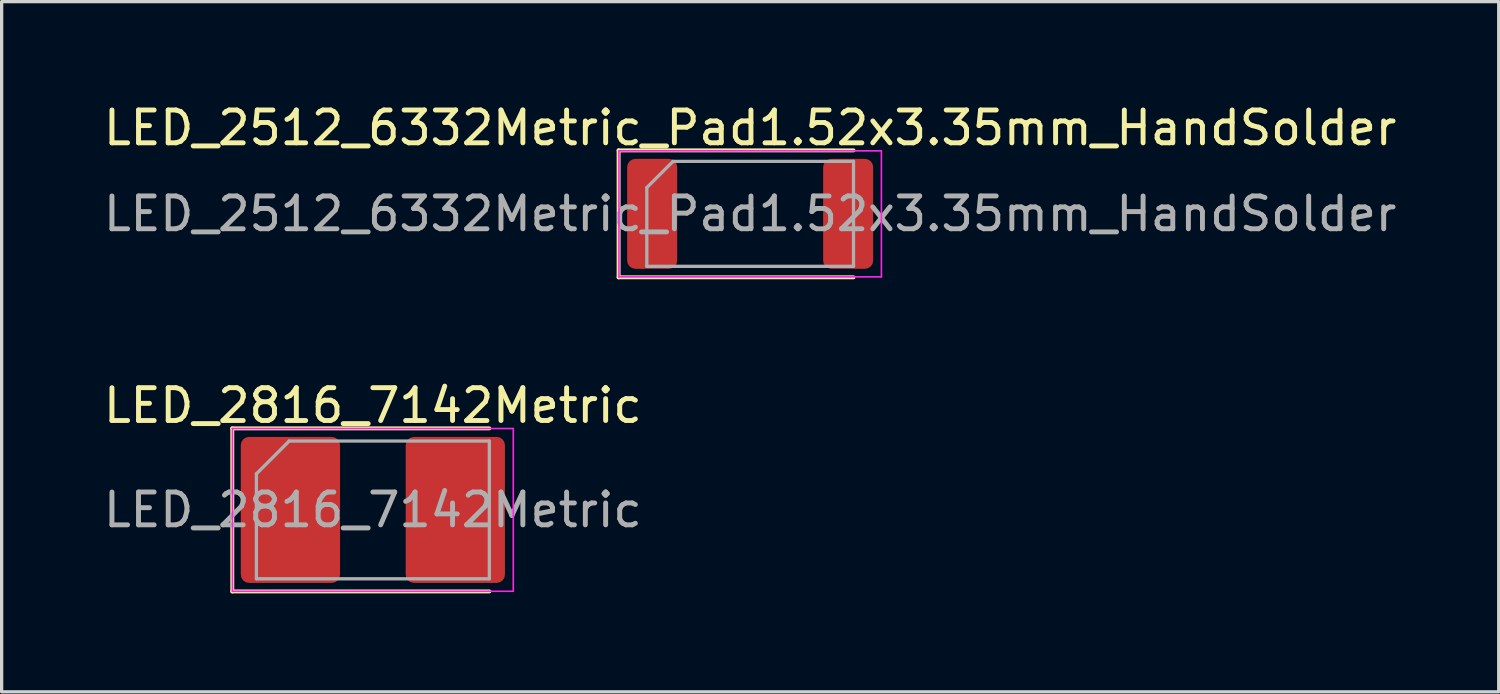
<source format=kicad_pcb>
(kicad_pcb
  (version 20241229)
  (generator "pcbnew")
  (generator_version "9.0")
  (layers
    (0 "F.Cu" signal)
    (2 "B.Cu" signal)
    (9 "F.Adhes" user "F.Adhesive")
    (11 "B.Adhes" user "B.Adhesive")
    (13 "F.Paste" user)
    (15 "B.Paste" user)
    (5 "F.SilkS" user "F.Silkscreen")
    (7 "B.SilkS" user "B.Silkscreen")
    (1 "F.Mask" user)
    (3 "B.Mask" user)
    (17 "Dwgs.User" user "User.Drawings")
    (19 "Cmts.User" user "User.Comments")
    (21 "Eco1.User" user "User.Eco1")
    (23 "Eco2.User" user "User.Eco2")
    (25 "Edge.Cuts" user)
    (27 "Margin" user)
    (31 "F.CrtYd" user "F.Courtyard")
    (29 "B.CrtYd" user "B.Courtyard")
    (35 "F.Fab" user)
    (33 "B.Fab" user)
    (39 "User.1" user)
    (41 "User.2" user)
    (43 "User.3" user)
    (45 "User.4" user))
  (footprint "LED_2512_6332Metric_Pad1.52x3.35mm_HandSolder"
    (layer "F.Cu")
    (at 19.815 3.468)
    (property "Reference" "LED_2512_6332Metric_Pad1.52x3.35mm_HandSolder" (at 0 -2.62 0) (layer "F.SilkS") (effects (font (size 1 1) (thickness 0.15))))
    (attr smd)
    (fp_line (start -4.01 -1.935) (end -4.01 1.935) (stroke (width 0.12) (type solid)) (layer "F.SilkS"))
    (fp_line (start -4.01 1.935) (end 3.15 1.935) (stroke (width 0.12) (type solid)) (layer "F.SilkS"))
    (fp_line (start 3.15 -1.935) (end -4.01 -1.935) (stroke (width 0.12) (type solid)) (layer "F.SilkS"))
    (fp_line (start -4 -1.92) (end 4 -1.92) (stroke (width 0.05) (type solid)) (layer "F.CrtYd"))
    (fp_line (start -4 1.92) (end -4 -1.92) (stroke (width 0.05) (type solid)) (layer "F.CrtYd"))
    (fp_line (start 4 -1.92) (end 4 1.92) (stroke (width 0.05) (type solid)) (layer "F.CrtYd"))
    (fp_line (start 4 1.92) (end -4 1.92) (stroke (width 0.05) (type solid)) (layer "F.CrtYd"))
    (fp_line (start -3.15 -0.8) (end -3.15 1.6) (stroke (width 0.1) (type solid)) (layer "F.Fab"))
    (fp_line (start -3.15 1.6) (end 3.15 1.6) (stroke (width 0.1) (type solid)) (layer "F.Fab"))
    (fp_line (start -2.35 -1.6) (end -3.15 -0.8) (stroke (width 0.1) (type solid)) (layer "F.Fab"))
    (fp_line (start 3.15 -1.6) (end -2.35 -1.6) (stroke (width 0.1) (type solid)) (layer "F.Fab"))
    (fp_line (start 3.15 1.6) (end 3.15 -1.6) (stroke (width 0.1) (type solid)) (layer "F.Fab"))
    (fp_text user "${REFERENCE}" (at 0 0 0) (layer "F.Fab") (effects (font (size 1 1) (thickness 0.15))))
    (pad "1" smd roundrect (at -2.987 0) (size 1.525 3.35) (layers "F.Cu" "F.Mask" "F.Paste") (roundrect_rratio 0.164))
    (pad "2" smd roundrect (at 2.987 0) (size 1.525 3.35) (layers "F.Cu" "F.Mask" "F.Paste") (roundrect_rratio 0.164)))
  (footprint "LED_2816_7142Metric"
    (layer "F.Cu")
    (at 8.315 12.492)
    (property "Reference" "LED_2816_7142Metric" (at 0 -3.18 0) (layer "F.SilkS") (effects (font (size 1 1) (thickness 0.15))))
    (attr smd)
    (fp_line (start -4.285 -2.485) (end -4.285 2.485) (stroke (width 0.12) (type solid)) (layer "F.SilkS"))
    (fp_line (start -4.285 2.485) (end 3.55 2.485) (stroke (width 0.12) (type solid)) (layer "F.SilkS"))
    (fp_line (start 3.55 -2.485) (end -4.285 -2.485) (stroke (width 0.12) (type solid)) (layer "F.SilkS"))
    (fp_line (start -4.28 -2.48) (end 4.28 -2.48) (stroke (width 0.05) (type solid)) (layer "F.CrtYd"))
    (fp_line (start -4.28 2.48) (end -4.28 -2.48) (stroke (width 0.05) (type solid)) (layer "F.CrtYd"))
    (fp_line (start 4.28 -2.48) (end 4.28 2.48) (stroke (width 0.05) (type solid)) (layer "F.CrtYd"))
    (fp_line (start 4.28 2.48) (end -4.28 2.48) (stroke (width 0.05) (type solid)) (layer "F.CrtYd"))
    (fp_line (start -3.55 -1.1) (end -3.55 2.1) (stroke (width 0.1) (type solid)) (layer "F.Fab"))
    (fp_line (start -3.55 2.1) (end 3.55 2.1) (stroke (width 0.1) (type solid)) (layer "F.Fab"))
    (fp_line (start -2.55 -2.1) (end -3.55 -1.1) (stroke (width 0.1) (type solid)) (layer "F.Fab"))
    (fp_line (start 3.55 -2.1) (end -2.55 -2.1) (stroke (width 0.1) (type solid)) (layer "F.Fab"))
    (fp_line (start 3.55 2.1) (end 3.55 -2.1) (stroke (width 0.1) (type solid)) (layer "F.Fab"))
    (fp_text user "${REFERENCE}" (at 0 0 0) (layer "F.Fab") (effects (font (size 1 1) (thickness 0.15))))
    (pad "1" smd roundrect (at -2.513 0) (size 3.025 4.45) (layers "F.Cu" "F.Mask" "F.Paste") (roundrect_rratio 0.083))
    (pad "2" smd roundrect (at 2.513 0) (size 3.025 4.45) (layers "F.Cu" "F.Mask" "F.Paste") (roundrect_rratio 0.083)))
  (gr_rect
    (start -3 -3)
    (end 42.631 18.037)
    (stroke (width 0.1) (type default))
    (fill no)
    (layer "Edge.Cuts")))
</source>
